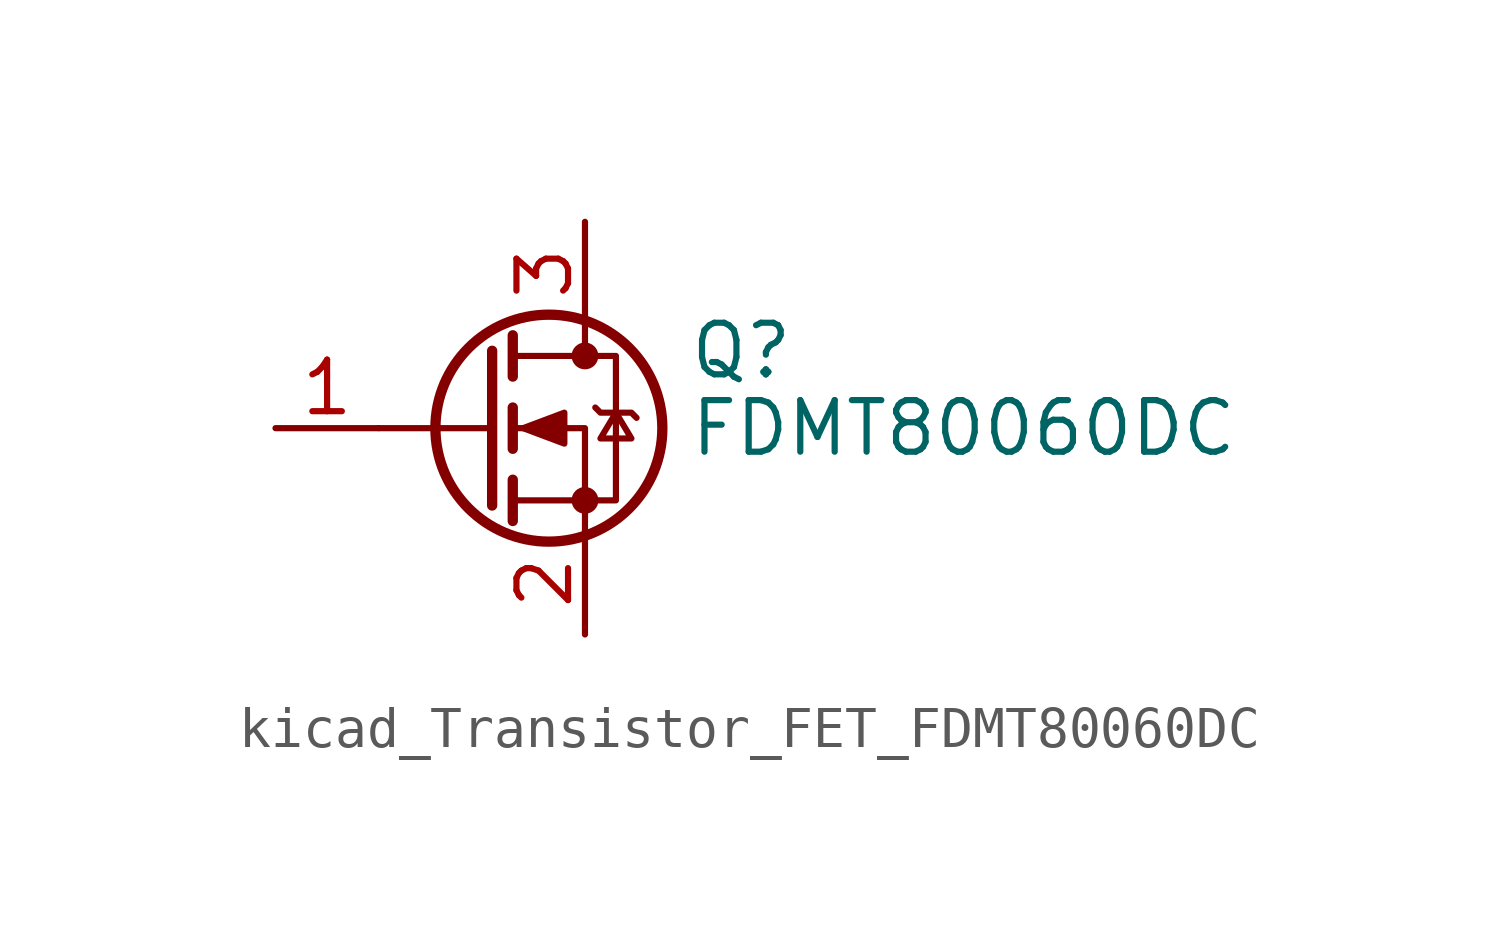
<source format=kicad_sym>
(kicad_symbol_lib
  (version 20220914)
  (generator kicad_symbol_editor)
  (symbol "kicad_Transistor_FET_FDMT80060DC"
    (pin_names hide)
    (property "Reference" "Q"
      (at 5.08 1.905 0)
      (effects (font (size 1.27 1.27)) (justify left)))
    (property "Value" "FDMT80060DC"
      (at 5.08 0 0)
      (effects (font (size 1.27 1.27)) (justify left)))
    (symbol "kicad_Transistor_FET_FDMT80060DC_0_1"
      (polyline (pts (xy 0.254 0) (xy -2.54 0)) (stroke (width 0) (type default)) (fill (type none)))
      (polyline (pts (xy 0.254 1.905) (xy 0.254 -1.905)) (stroke (width 0.254) (type default)) (fill (type none)))
      (polyline (pts (xy 0.762 -1.27) (xy 0.762 -2.286)) (stroke (width 0.254) (type default)) (fill (type none)))
      (polyline (pts (xy 0.762 0.508) (xy 0.762 -0.508)) (stroke (width 0.254) (type default)) (fill (type none)))
      (polyline (pts (xy 0.762 2.286) (xy 0.762 1.27)) (stroke (width 0.254) (type default)) (fill (type none)))
      (polyline (pts (xy 2.54 2.54) (xy 2.54 1.778)) (stroke (width 0) (type default)) (fill (type none)))
      (polyline (pts (xy 2.54 -2.54) (xy 2.54 0) (xy 0.762 0)) (stroke (width 0) (type default)) (fill (type none)))
      (polyline (pts (xy 0.762 -1.778) (xy 3.302 -1.778) (xy 3.302 1.778) (xy 0.762 1.778)) (stroke (width 0) (type default)) (fill (type none)))
      (polyline (pts (xy 1.016 0) (xy 2.032 0.381) (xy 2.032 -0.381) (xy 1.016 0)) (stroke (width 0) (type default)) (fill (type outline)))
      (polyline (pts (xy 2.794 0.508) (xy 2.921 0.381) (xy 3.683 0.381) (xy 3.81 0.254)) (stroke (width 0) (type default)) (fill (type none)))
      (polyline (pts (xy 3.302 0.381) (xy 2.921 -0.254) (xy 3.683 -0.254) (xy 3.302 0.381)) (stroke (width 0) (type default)) (fill (type none)))
      (circle (center 1.651 0) (radius 2.794) (stroke (width 0.254) (type default)) (fill (type none)))
      (circle (center 2.54 -1.778) (radius 0.254) (stroke (width 0) (type default)) (fill (type outline)))
      (circle (center 2.54 1.778) (radius 0.254) (stroke (width 0) (type default)) (fill (type outline))))
    (symbol "kicad_Transistor_FET_FDMT80060DC_1_1"
      (pin passive line (at -5.08 0 0) (length 2.54) (name "G" (effects (font (size 1.27 1.27)))) (number "1" (effects (font (size 1.27 1.27)))))
      (pin passive line (at 2.54 -5.08 90) (length 2.54) (name "S" (effects (font (size 1.27 1.27)))) (number "2" (effects (font (size 1.27 1.27)))))
      (pin passive line (at 2.54 5.08 270) (length 2.54) (name "D" (effects (font (size 1.27 1.27)))) (number "3" (effects (font (size 1.27 1.27))))))))
</source>
